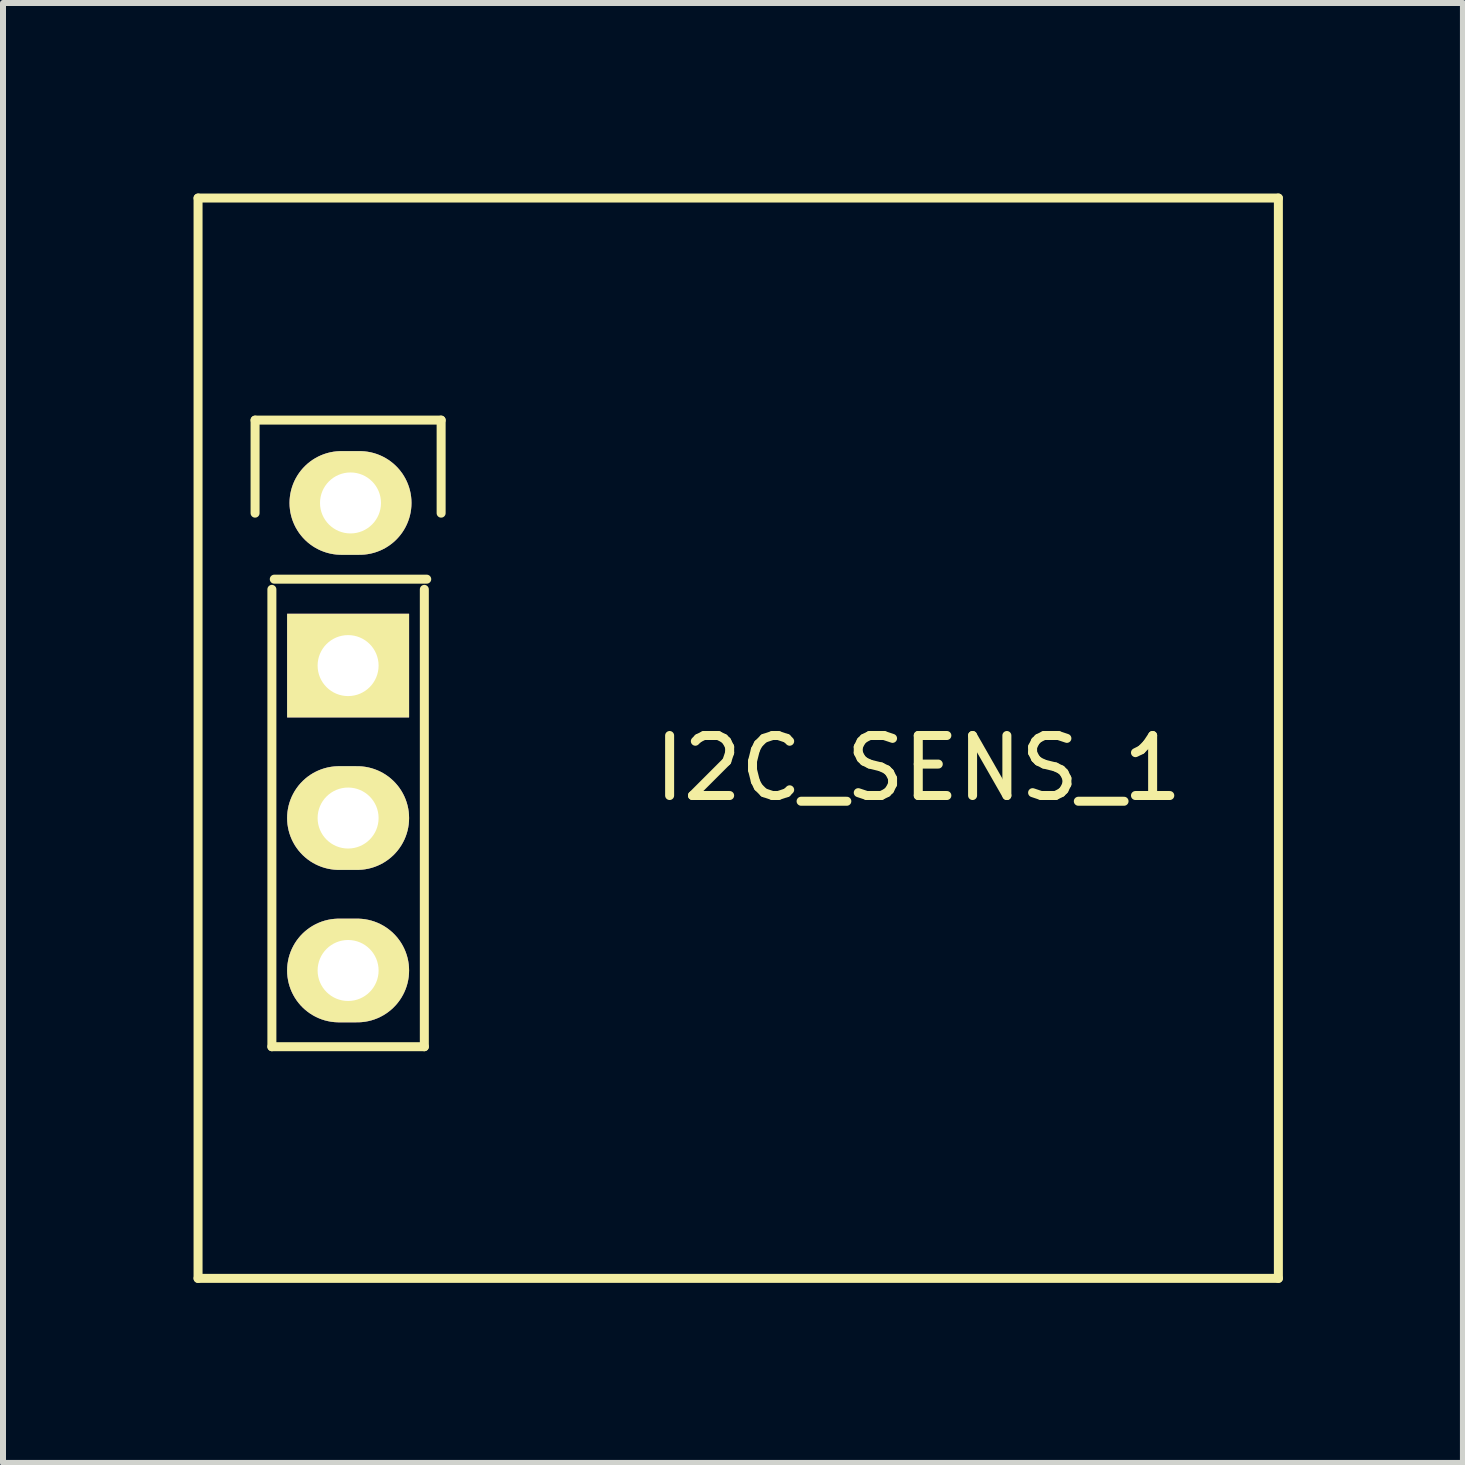
<source format=kicad_pcb>
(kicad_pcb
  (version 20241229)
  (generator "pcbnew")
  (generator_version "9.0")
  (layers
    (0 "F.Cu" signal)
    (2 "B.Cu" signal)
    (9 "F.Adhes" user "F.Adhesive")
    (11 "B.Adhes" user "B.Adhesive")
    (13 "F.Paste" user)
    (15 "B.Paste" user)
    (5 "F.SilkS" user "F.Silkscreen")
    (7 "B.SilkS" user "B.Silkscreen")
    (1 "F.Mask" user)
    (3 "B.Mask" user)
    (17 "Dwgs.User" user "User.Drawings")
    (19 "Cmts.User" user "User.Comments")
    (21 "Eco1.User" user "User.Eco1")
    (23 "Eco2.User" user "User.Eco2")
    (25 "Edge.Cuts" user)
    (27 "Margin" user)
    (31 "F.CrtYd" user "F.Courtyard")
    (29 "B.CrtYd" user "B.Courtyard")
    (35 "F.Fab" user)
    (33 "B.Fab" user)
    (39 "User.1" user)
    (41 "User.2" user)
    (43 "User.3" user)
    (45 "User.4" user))
  (footprint "I2C_SENS_1"
    (layer "F.Cu")
    (at 0.25 0.25)
    (property "Reference" "I2C_SENS_1" (at 12 9.5 0) (layer "F.SilkS") (effects (font (size 1 1) (thickness 0.15))))
    (attr through_hole)
    (fp_line (start 0 0) (end 18 0) (stroke (width 0.15) (type solid)) (layer "F.SilkS"))
    (fp_line (start 0 18) (end 0 0) (stroke (width 0.15) (type solid)) (layer "F.SilkS"))
    (fp_line (start 0.95 3.7) (end 4.05 3.7) (stroke (width 0.15) (type solid)) (layer "F.SilkS"))
    (fp_line (start 0.95 5.25) (end 0.95 3.7) (stroke (width 0.15) (type solid)) (layer "F.SilkS"))
    (fp_line (start 1.23 6.52) (end 1.23 14.14) (stroke (width 0.15) (type solid)) (layer "F.SilkS"))
    (fp_line (start 1.23 14.14) (end 3.77 14.14) (stroke (width 0.15) (type solid)) (layer "F.SilkS"))
    (fp_line (start 3.77 6.52) (end 3.77 14.14) (stroke (width 0.15) (type solid)) (layer "F.SilkS"))
    (fp_line (start 3.81 6.35) (end 1.27 6.35) (stroke (width 0.15) (type solid)) (layer "F.SilkS"))
    (fp_line (start 4.05 3.7) (end 4.05 5.25) (stroke (width 0.15) (type solid)) (layer "F.SilkS"))
    (fp_line (start 18 0) (end 18 18) (stroke (width 0.15) (type solid)) (layer "F.SilkS"))
    (fp_line (start 18 18) (end 0 18) (stroke (width 0.15) (type solid)) (layer "F.SilkS"))
    (pad "1" thru_hole oval (at 2.54 5.08) (size 2.032 1.727) (drill 1.016) (layers "*.Cu" "*.Mask" "F.SilkS"))
    (pad "2" thru_hole rect (at 2.5 7.79) (size 2.032 1.727) (drill 1.016) (layers "*.Cu" "*.Mask" "F.SilkS"))
    (pad "3" thru_hole oval (at 2.5 10.33) (size 2.032 1.727) (drill 1.016) (layers "*.Cu" "*.Mask" "F.SilkS"))
    (pad "4" thru_hole oval (at 2.5 12.87) (size 2.032 1.727) (drill 1.016) (layers "*.Cu" "*.Mask" "F.SilkS")))
  (gr_rect
    (start -3 -3)
    (end 21.325 21.325)
    (stroke (width 0.1) (type default))
    (fill no)
    (layer "Edge.Cuts")))
</source>
